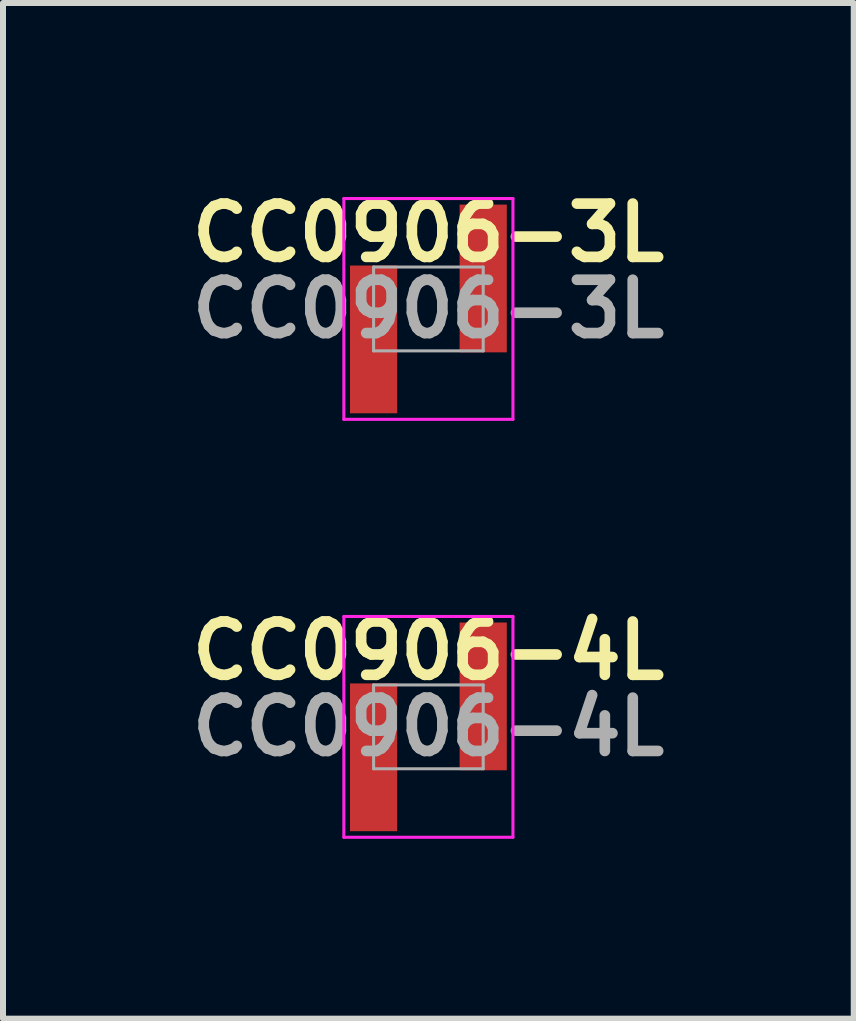
<source format=kicad_pcb>
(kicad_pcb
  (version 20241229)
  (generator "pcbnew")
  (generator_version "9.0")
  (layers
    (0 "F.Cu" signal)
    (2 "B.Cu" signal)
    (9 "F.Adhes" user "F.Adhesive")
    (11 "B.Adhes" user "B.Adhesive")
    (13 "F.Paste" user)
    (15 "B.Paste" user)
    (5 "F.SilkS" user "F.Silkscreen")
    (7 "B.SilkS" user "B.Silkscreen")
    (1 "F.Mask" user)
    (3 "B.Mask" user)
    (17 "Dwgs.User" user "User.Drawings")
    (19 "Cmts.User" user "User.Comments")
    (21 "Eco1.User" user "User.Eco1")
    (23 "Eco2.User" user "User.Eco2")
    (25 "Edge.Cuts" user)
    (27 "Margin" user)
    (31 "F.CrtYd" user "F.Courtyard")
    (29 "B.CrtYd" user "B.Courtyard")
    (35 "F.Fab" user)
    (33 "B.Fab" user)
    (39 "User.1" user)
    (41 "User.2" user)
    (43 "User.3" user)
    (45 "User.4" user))
  (footprint "CC0906-4L"
    (layer "F.Cu")
    (at 4.094 9.071)
    (property "Reference" "CC0906-4L" (at 0 -1.27 0) (layer "F.SilkS") (effects (font (size 0.889 0.889) (thickness 0.178))))
    (attr smd)
    (fp_line (start -1.41 -1.841) (end -1.41 1.841) (stroke (width 0.051) (type default)) (layer "F.CrtYd"))
    (fp_line (start -1.41 -1.841) (end 1.41 -1.841) (stroke (width 0.051) (type solid)) (layer "F.CrtYd"))
    (fp_line (start -1.41 1.841) (end 1.41 1.841) (stroke (width 0.051) (type solid)) (layer "F.CrtYd"))
    (fp_line (start 1.41 -1.841) (end 1.41 1.841) (stroke (width 0.051) (type default)) (layer "F.CrtYd"))
    (fp_line (start -0.914 -0.699) (end -0.914 0.699) (stroke (width 0.051) (type default)) (layer "F.Fab"))
    (fp_line (start -0.914 -0.699) (end 0.914 -0.699) (stroke (width 0.051) (type solid)) (layer "F.Fab"))
    (fp_line (start 0.914 -0.699) (end 0.914 0.699) (stroke (width 0.051) (type default)) (layer "F.Fab"))
    (fp_line (start 0.914 0.699) (end -0.914 0.699) (stroke (width 0.051) (type solid)) (layer "F.Fab"))
    (fp_text user "${REFERENCE}" (at 0 0 0) (layer "F.Fab") (effects (font (size 0.889 0.889) (thickness 0.178))))
    (pad "1" smd rect (at -0.914 0.508) (size 0.787 2.464) (layers "F.Cu" "F.Mask" "F.Paste"))
    (pad "2" smd rect (at 0.914 -0.508) (size 0.787 2.464) (layers "F.Cu" "F.Mask" "F.Paste")))
  (footprint "CC0906-3L"
    (layer "F.Cu")
    (at 4.094 2.102)
    (property "Reference" "CC0906-3L" (at 0 -1.27 0) (layer "F.SilkS") (effects (font (size 0.889 0.889) (thickness 0.178))))
    (attr smd)
    (fp_line (start -1.41 -1.841) (end -1.41 1.841) (stroke (width 0.051) (type default)) (layer "F.CrtYd"))
    (fp_line (start -1.41 -1.841) (end 1.41 -1.841) (stroke (width 0.051) (type solid)) (layer "F.CrtYd"))
    (fp_line (start -1.41 1.841) (end 1.41 1.841) (stroke (width 0.051) (type solid)) (layer "F.CrtYd"))
    (fp_line (start 1.41 -1.841) (end 1.41 1.841) (stroke (width 0.051) (type default)) (layer "F.CrtYd"))
    (fp_line (start -0.914 -0.699) (end -0.914 0.699) (stroke (width 0.051) (type default)) (layer "F.Fab"))
    (fp_line (start -0.914 -0.699) (end 0.914 -0.699) (stroke (width 0.051) (type solid)) (layer "F.Fab"))
    (fp_line (start 0.914 -0.699) (end 0.914 0.699) (stroke (width 0.051) (type default)) (layer "F.Fab"))
    (fp_line (start 0.914 0.699) (end -0.914 0.699) (stroke (width 0.051) (type solid)) (layer "F.Fab"))
    (fp_text user "${REFERENCE}" (at 0 0 0) (layer "F.Fab") (effects (font (size 0.889 0.889) (thickness 0.178))))
    (pad "1" smd rect (at -0.914 0.508) (size 0.787 2.464) (layers "F.Cu" "F.Mask" "F.Paste"))
    (pad "2" smd rect (at 0.914 -0.508) (size 0.787 2.464) (layers "F.Cu" "F.Mask" "F.Paste")))
  (gr_rect
    (start -3 -3)
    (end 11.187 13.938)
    (stroke (width 0.1) (type default))
    (fill no)
    (layer "Edge.Cuts")))
</source>
